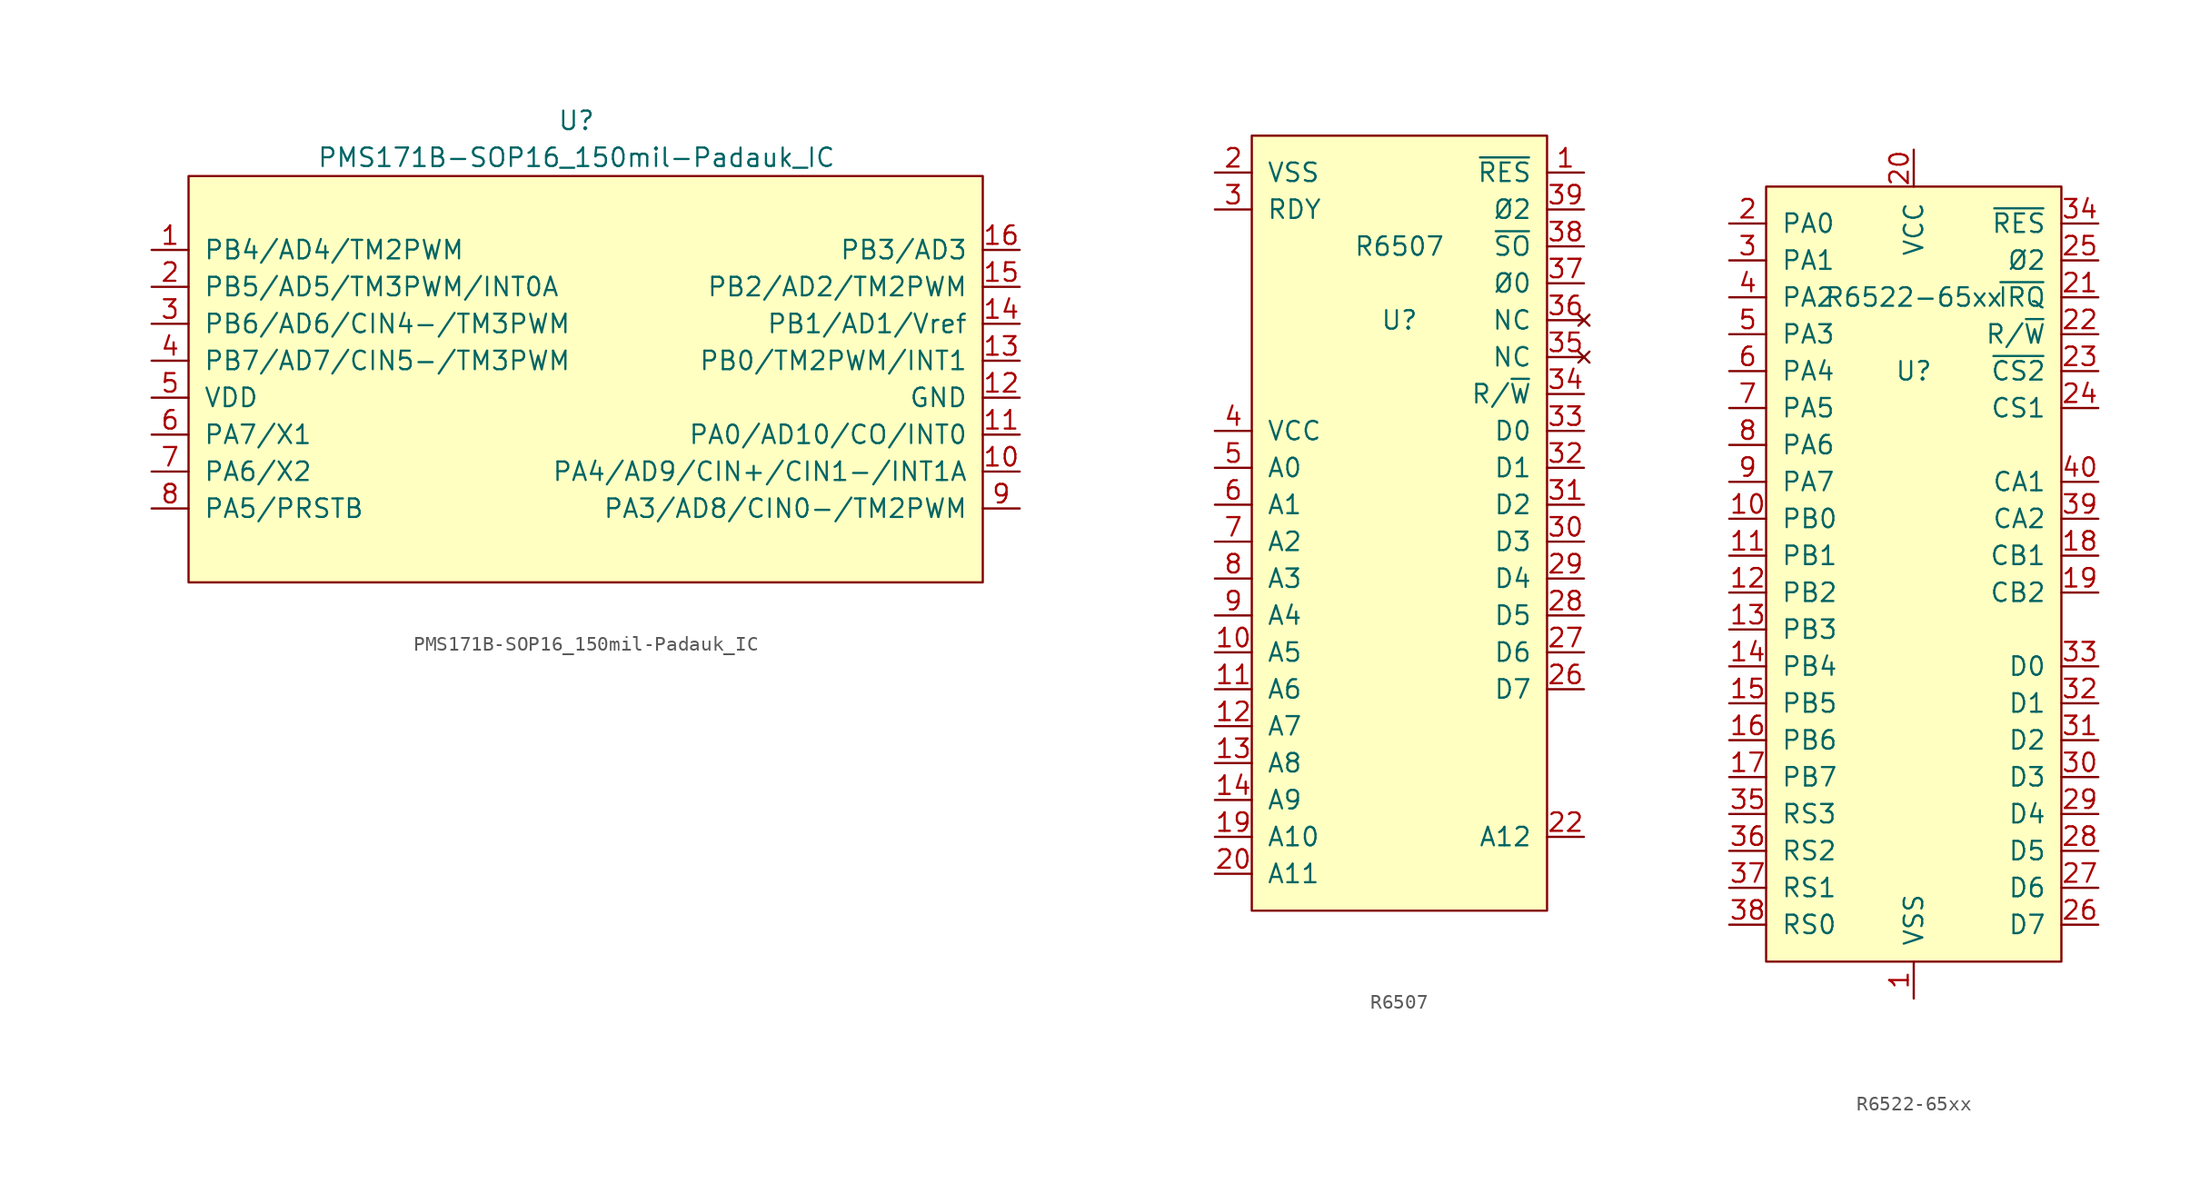
<source format=kicad_sym>
(kicad_symbol_lib
  (version 20211014)
  (generator kicad_symbol_editor)
  (symbol "PMS171B-SOP16_150mil-Padauk_IC"
    (pin_names
      (offset 1.016))
    (property "Reference" "U"
      (at 0 -5.08 0)
      (effects (font (size 1.27 1.27))))
    (property "Value" "PMS171B-SOP16_150mil-Padauk_IC"
      (at 0 -7.62 0)
      (effects (font (size 1.27 1.27))))
    (symbol "PMS171B-SOP16_150mil-Padauk_IC_0_1"
      (rectangle (start -26.67 -8.89) (end 27.94 -36.83) (stroke (width 0) (type default) (color 0 0 0 0)) (fill (type background))))
    (symbol "PMS171B-SOP16_150mil-Padauk_IC_1_1"
      (pin bidirectional line (at -29.21 -13.97 0) (length 2.54) (name "PB4/AD4/TM2PWM" (effects (font (size 1.27 1.27)))) (number "1" (effects (font (size 1.27 1.27)))))
      (pin bidirectional line (at 30.48 -29.21 180) (length 2.54) (name "PA4/AD9/CIN+/CIN1-/INT1A" (effects (font (size 1.27 1.27)))) (number "10" (effects (font (size 1.27 1.27)))))
      (pin bidirectional line (at 30.48 -26.67 180) (length 2.54) (name "PA0/AD10/CO/INT0" (effects (font (size 1.27 1.27)))) (number "11" (effects (font (size 1.27 1.27)))))
      (pin power_in line (at 30.48 -24.13 180) (length 2.54) (name "GND" (effects (font (size 1.27 1.27)))) (number "12" (effects (font (size 1.27 1.27)))))
      (pin bidirectional line (at 30.48 -21.59 180) (length 2.54) (name "PB0/TM2PWM/INT1" (effects (font (size 1.27 1.27)))) (number "13" (effects (font (size 1.27 1.27)))))
      (pin bidirectional line (at 30.48 -19.05 180) (length 2.54) (name "PB1/AD1/Vref" (effects (font (size 1.27 1.27)))) (number "14" (effects (font (size 1.27 1.27)))))
      (pin bidirectional line (at 30.48 -16.51 180) (length 2.54) (name "PB2/AD2/TM2PWM" (effects (font (size 1.27 1.27)))) (number "15" (effects (font (size 1.27 1.27)))))
      (pin bidirectional line (at 30.48 -13.97 180) (length 2.54) (name "PB3/AD3" (effects (font (size 1.27 1.27)))) (number "16" (effects (font (size 1.27 1.27)))))
      (pin bidirectional line (at -29.21 -16.51 0) (length 2.54) (name "PB5/AD5/TM3PWM/INT0A" (effects (font (size 1.27 1.27)))) (number "2" (effects (font (size 1.27 1.27)))))
      (pin bidirectional line (at -29.21 -19.05 0) (length 2.54) (name "PB6/AD6/CIN4-/TM3PWM" (effects (font (size 1.27 1.27)))) (number "3" (effects (font (size 1.27 1.27)))))
      (pin bidirectional line (at -29.21 -21.59 0) (length 2.54) (name "PB7/AD7/CIN5-/TM3PWM" (effects (font (size 1.27 1.27)))) (number "4" (effects (font (size 1.27 1.27)))))
      (pin power_in line (at -29.21 -24.13 0) (length 2.54) (name "VDD" (effects (font (size 1.27 1.27)))) (number "5" (effects (font (size 1.27 1.27)))))
      (pin bidirectional line (at -29.21 -26.67 0) (length 2.54) (name "PA7/X1" (effects (font (size 1.27 1.27)))) (number "6" (effects (font (size 1.27 1.27)))))
      (pin bidirectional line (at -29.21 -29.21 0) (length 2.54) (name "PA6/X2" (effects (font (size 1.27 1.27)))) (number "7" (effects (font (size 1.27 1.27)))))
      (pin bidirectional line (at -29.21 -31.75 0) (length 2.54) (name "PA5/PRSTB" (effects (font (size 1.27 1.27)))) (number "8" (effects (font (size 1.27 1.27)))))
      (pin bidirectional line (at 30.48 -31.75 180) (length 2.54) (name "PA3/AD8/CIN0-/TM2PWM" (effects (font (size 1.27 1.27)))) (number "9" (effects (font (size 1.27 1.27)))))))
  (symbol "R6507"
    (pin_names
      (offset 1.016))
    (property "Reference" "U"
      (at 0 -5.08 0)
      (effects (font (size 1.27 1.27))))
    (property "Value" "R6507"
      (at 0 0 0)
      (effects (font (size 1.27 1.27))))
    (symbol "R6507_0_1"
      (rectangle (start -10.16 7.62) (end 10.16 -45.72) (stroke (width 0) (type default) (color 0 0 0 0)) (fill (type background))))
    (symbol "R6507_1_1"
      (pin input line (at 12.7 5.08 180) (length 2.54) (name "~{RES}" (effects (font (size 1.27 1.27)))) (number "1" (effects (font (size 1.27 1.27)))))
      (pin output line (at -12.7 -27.94 0) (length 2.54) (name "A5" (effects (font (size 1.27 1.27)))) (number "10" (effects (font (size 1.27 1.27)))))
      (pin output line (at -12.7 -30.48 0) (length 2.54) (name "A6" (effects (font (size 1.27 1.27)))) (number "11" (effects (font (size 1.27 1.27)))))
      (pin output line (at -12.7 -33.02 0) (length 2.54) (name "A7" (effects (font (size 1.27 1.27)))) (number "12" (effects (font (size 1.27 1.27)))))
      (pin output line (at -12.7 -35.56 0) (length 2.54) (name "A8" (effects (font (size 1.27 1.27)))) (number "13" (effects (font (size 1.27 1.27)))))
      (pin output line (at -12.7 -38.1 0) (length 2.54) (name "A9" (effects (font (size 1.27 1.27)))) (number "14" (effects (font (size 1.27 1.27)))))
      (pin output line (at -12.7 -40.64 0) (length 2.54) (name "A10" (effects (font (size 1.27 1.27)))) (number "19" (effects (font (size 1.27 1.27)))))
      (pin power_in line (at -12.7 5.08 0) (length 2.54) (name "VSS" (effects (font (size 1.27 1.27)))) (number "2" (effects (font (size 1.27 1.27)))))
      (pin output line (at -12.7 -43.18 0) (length 2.54) (name "A11" (effects (font (size 1.27 1.27)))) (number "20" (effects (font (size 1.27 1.27)))))
      (pin output line (at 12.7 -40.64 180) (length 2.54) (name "A12" (effects (font (size 1.27 1.27)))) (number "22" (effects (font (size 1.27 1.27)))))
      (pin bidirectional line (at 12.7 -30.48 180) (length 2.54) (name "D7" (effects (font (size 1.27 1.27)))) (number "26" (effects (font (size 1.27 1.27)))))
      (pin bidirectional line (at 12.7 -27.94 180) (length 2.54) (name "D6" (effects (font (size 1.27 1.27)))) (number "27" (effects (font (size 1.27 1.27)))))
      (pin bidirectional line (at 12.7 -25.4 180) (length 2.54) (name "D5" (effects (font (size 1.27 1.27)))) (number "28" (effects (font (size 1.27 1.27)))))
      (pin bidirectional line (at 12.7 -22.86 180) (length 2.54) (name "D4" (effects (font (size 1.27 1.27)))) (number "29" (effects (font (size 1.27 1.27)))))
      (pin input line (at -12.7 2.54 0) (length 2.54) (name "RDY" (effects (font (size 1.27 1.27)))) (number "3" (effects (font (size 1.27 1.27)))))
      (pin bidirectional line (at 12.7 -20.32 180) (length 2.54) (name "D3" (effects (font (size 1.27 1.27)))) (number "30" (effects (font (size 1.27 1.27)))))
      (pin bidirectional line (at 12.7 -17.78 180) (length 2.54) (name "D2" (effects (font (size 1.27 1.27)))) (number "31" (effects (font (size 1.27 1.27)))))
      (pin bidirectional line (at 12.7 -15.24 180) (length 2.54) (name "D1" (effects (font (size 1.27 1.27)))) (number "32" (effects (font (size 1.27 1.27)))))
      (pin bidirectional line (at 12.7 -12.7 180) (length 2.54) (name "D0" (effects (font (size 1.27 1.27)))) (number "33" (effects (font (size 1.27 1.27)))))
      (pin output line (at 12.7 -10.16 180) (length 2.54) (name "R/~{W}" (effects (font (size 1.27 1.27)))) (number "34" (effects (font (size 1.27 1.27)))))
      (pin no_connect line (at 12.7 -7.62 180) (length 2.54) (name "NC" (effects (font (size 1.27 1.27)))) (number "35" (effects (font (size 1.27 1.27)))))
      (pin no_connect line (at 12.7 -5.08 180) (length 2.54) (name "NC" (effects (font (size 1.27 1.27)))) (number "36" (effects (font (size 1.27 1.27)))))
      (pin input line (at 12.7 -2.54 180) (length 2.54) (name "Ø0" (effects (font (size 1.27 1.27)))) (number "37" (effects (font (size 1.27 1.27)))))
      (pin input line (at 12.7 0 180) (length 2.54) (name "~{SO}" (effects (font (size 1.27 1.27)))) (number "38" (effects (font (size 1.27 1.27)))))
      (pin output line (at 12.7 2.54 180) (length 2.54) (name "Ø2" (effects (font (size 1.27 1.27)))) (number "39" (effects (font (size 1.27 1.27)))))
      (pin power_in line (at -12.7 -12.7 0) (length 2.54) (name "VCC" (effects (font (size 1.27 1.27)))) (number "4" (effects (font (size 1.27 1.27)))))
      (pin output line (at -12.7 -15.24 0) (length 2.54) (name "A0" (effects (font (size 1.27 1.27)))) (number "5" (effects (font (size 1.27 1.27)))))
      (pin output line (at -12.7 -17.78 0) (length 2.54) (name "A1" (effects (font (size 1.27 1.27)))) (number "6" (effects (font (size 1.27 1.27)))))
      (pin output line (at -12.7 -20.32 0) (length 2.54) (name "A2" (effects (font (size 1.27 1.27)))) (number "7" (effects (font (size 1.27 1.27)))))
      (pin output line (at -12.7 -22.86 0) (length 2.54) (name "A3" (effects (font (size 1.27 1.27)))) (number "8" (effects (font (size 1.27 1.27)))))
      (pin output line (at -12.7 -25.4 0) (length 2.54) (name "A4" (effects (font (size 1.27 1.27)))) (number "9" (effects (font (size 1.27 1.27)))))))
  (symbol "R6522-65xx"
    (pin_names
      (offset 1.016))
    (property "Reference" "U"
      (at 0 -5.08 0)
      (effects (font (size 1.27 1.27))))
    (property "Value" "R6522-65xx"
      (at 0 0 0)
      (effects (font (size 1.27 1.27))))
    (symbol "R6522-65xx_0_1"
      (rectangle (start -10.16 7.62) (end 10.16 -45.72) (stroke (width 0) (type default) (color 0 0 0 0)) (fill (type background))))
    (symbol "R6522-65xx_1_1"
      (pin power_in line (at 0 -48.26 90) (length 2.54) (name "VSS" (effects (font (size 1.27 1.27)))) (number "1" (effects (font (size 1.27 1.27)))))
      (pin bidirectional line (at -12.7 -15.24 0) (length 2.54) (name "PB0" (effects (font (size 1.27 1.27)))) (number "10" (effects (font (size 1.27 1.27)))))
      (pin bidirectional line (at -12.7 -17.78 0) (length 2.54) (name "PB1" (effects (font (size 1.27 1.27)))) (number "11" (effects (font (size 1.27 1.27)))))
      (pin bidirectional line (at -12.7 -20.32 0) (length 2.54) (name "PB2" (effects (font (size 1.27 1.27)))) (number "12" (effects (font (size 1.27 1.27)))))
      (pin bidirectional line (at -12.7 -22.86 0) (length 2.54) (name "PB3" (effects (font (size 1.27 1.27)))) (number "13" (effects (font (size 1.27 1.27)))))
      (pin bidirectional line (at -12.7 -25.4 0) (length 2.54) (name "PB4" (effects (font (size 1.27 1.27)))) (number "14" (effects (font (size 1.27 1.27)))))
      (pin bidirectional line (at -12.7 -27.94 0) (length 2.54) (name "PB5" (effects (font (size 1.27 1.27)))) (number "15" (effects (font (size 1.27 1.27)))))
      (pin bidirectional line (at -12.7 -30.48 0) (length 2.54) (name "PB6" (effects (font (size 1.27 1.27)))) (number "16" (effects (font (size 1.27 1.27)))))
      (pin bidirectional line (at -12.7 -33.02 0) (length 2.54) (name "PB7" (effects (font (size 1.27 1.27)))) (number "17" (effects (font (size 1.27 1.27)))))
      (pin bidirectional line (at 12.7 -17.78 180) (length 2.54) (name "CB1" (effects (font (size 1.27 1.27)))) (number "18" (effects (font (size 1.27 1.27)))))
      (pin bidirectional line (at 12.7 -20.32 180) (length 2.54) (name "CB2" (effects (font (size 1.27 1.27)))) (number "19" (effects (font (size 1.27 1.27)))))
      (pin bidirectional line (at -12.7 5.08 0) (length 2.54) (name "PA0" (effects (font (size 1.27 1.27)))) (number "2" (effects (font (size 1.27 1.27)))))
      (pin power_in line (at 0 10.16 270) (length 2.54) (name "VCC" (effects (font (size 1.27 1.27)))) (number "20" (effects (font (size 1.27 1.27)))))
      (pin output line (at 12.7 0 180) (length 2.54) (name "~{IRQ}" (effects (font (size 1.27 1.27)))) (number "21" (effects (font (size 1.27 1.27)))))
      (pin input line (at 12.7 -2.54 180) (length 2.54) (name "R/~{W}" (effects (font (size 1.27 1.27)))) (number "22" (effects (font (size 1.27 1.27)))))
      (pin input line (at 12.7 -5.08 180) (length 2.54) (name "~{CS2}" (effects (font (size 1.27 1.27)))) (number "23" (effects (font (size 1.27 1.27)))))
      (pin input line (at 12.7 -7.62 180) (length 2.54) (name "CS1" (effects (font (size 1.27 1.27)))) (number "24" (effects (font (size 1.27 1.27)))))
      (pin input line (at 12.7 2.54 180) (length 2.54) (name "Ø2" (effects (font (size 1.27 1.27)))) (number "25" (effects (font (size 1.27 1.27)))))
      (pin bidirectional line (at 12.7 -43.18 180) (length 2.54) (name "D7" (effects (font (size 1.27 1.27)))) (number "26" (effects (font (size 1.27 1.27)))))
      (pin bidirectional line (at 12.7 -40.64 180) (length 2.54) (name "D6" (effects (font (size 1.27 1.27)))) (number "27" (effects (font (size 1.27 1.27)))))
      (pin bidirectional line (at 12.7 -38.1 180) (length 2.54) (name "D5" (effects (font (size 1.27 1.27)))) (number "28" (effects (font (size 1.27 1.27)))))
      (pin bidirectional line (at 12.7 -35.56 180) (length 2.54) (name "D4" (effects (font (size 1.27 1.27)))) (number "29" (effects (font (size 1.27 1.27)))))
      (pin bidirectional line (at -12.7 2.54 0) (length 2.54) (name "PA1" (effects (font (size 1.27 1.27)))) (number "3" (effects (font (size 1.27 1.27)))))
      (pin bidirectional line (at 12.7 -33.02 180) (length 2.54) (name "D3" (effects (font (size 1.27 1.27)))) (number "30" (effects (font (size 1.27 1.27)))))
      (pin bidirectional line (at 12.7 -30.48 180) (length 2.54) (name "D2" (effects (font (size 1.27 1.27)))) (number "31" (effects (font (size 1.27 1.27)))))
      (pin bidirectional line (at 12.7 -27.94 180) (length 2.54) (name "D1" (effects (font (size 1.27 1.27)))) (number "32" (effects (font (size 1.27 1.27)))))
      (pin bidirectional line (at 12.7 -25.4 180) (length 2.54) (name "D0" (effects (font (size 1.27 1.27)))) (number "33" (effects (font (size 1.27 1.27)))))
      (pin input line (at 12.7 5.08 180) (length 2.54) (name "~{RES}" (effects (font (size 1.27 1.27)))) (number "34" (effects (font (size 1.27 1.27)))))
      (pin input line (at -12.7 -35.56 0) (length 2.54) (name "RS3" (effects (font (size 1.27 1.27)))) (number "35" (effects (font (size 1.27 1.27)))))
      (pin input line (at -12.7 -38.1 0) (length 2.54) (name "RS2" (effects (font (size 1.27 1.27)))) (number "36" (effects (font (size 1.27 1.27)))))
      (pin input line (at -12.7 -40.64 0) (length 2.54) (name "RS1" (effects (font (size 1.27 1.27)))) (number "37" (effects (font (size 1.27 1.27)))))
      (pin input line (at -12.7 -43.18 0) (length 2.54) (name "RS0" (effects (font (size 1.27 1.27)))) (number "38" (effects (font (size 1.27 1.27)))))
      (pin bidirectional line (at 12.7 -15.24 180) (length 2.54) (name "CA2" (effects (font (size 1.27 1.27)))) (number "39" (effects (font (size 1.27 1.27)))))
      (pin bidirectional line (at -12.7 0 0) (length 2.54) (name "PA2" (effects (font (size 1.27 1.27)))) (number "4" (effects (font (size 1.27 1.27)))))
      (pin bidirectional line (at 12.7 -12.7 180) (length 2.54) (name "CA1" (effects (font (size 1.27 1.27)))) (number "40" (effects (font (size 1.27 1.27)))))
      (pin bidirectional line (at -12.7 -2.54 0) (length 2.54) (name "PA3" (effects (font (size 1.27 1.27)))) (number "5" (effects (font (size 1.27 1.27)))))
      (pin bidirectional line (at -12.7 -5.08 0) (length 2.54) (name "PA4" (effects (font (size 1.27 1.27)))) (number "6" (effects (font (size 1.27 1.27)))))
      (pin bidirectional line (at -12.7 -7.62 0) (length 2.54) (name "PA5" (effects (font (size 1.27 1.27)))) (number "7" (effects (font (size 1.27 1.27)))))
      (pin bidirectional line (at -12.7 -10.16 0) (length 2.54) (name "PA6" (effects (font (size 1.27 1.27)))) (number "8" (effects (font (size 1.27 1.27)))))
      (pin bidirectional line (at -12.7 -12.7 0) (length 2.54) (name "PA7" (effects (font (size 1.27 1.27)))) (number "9" (effects (font (size 1.27 1.27))))))))
</source>
